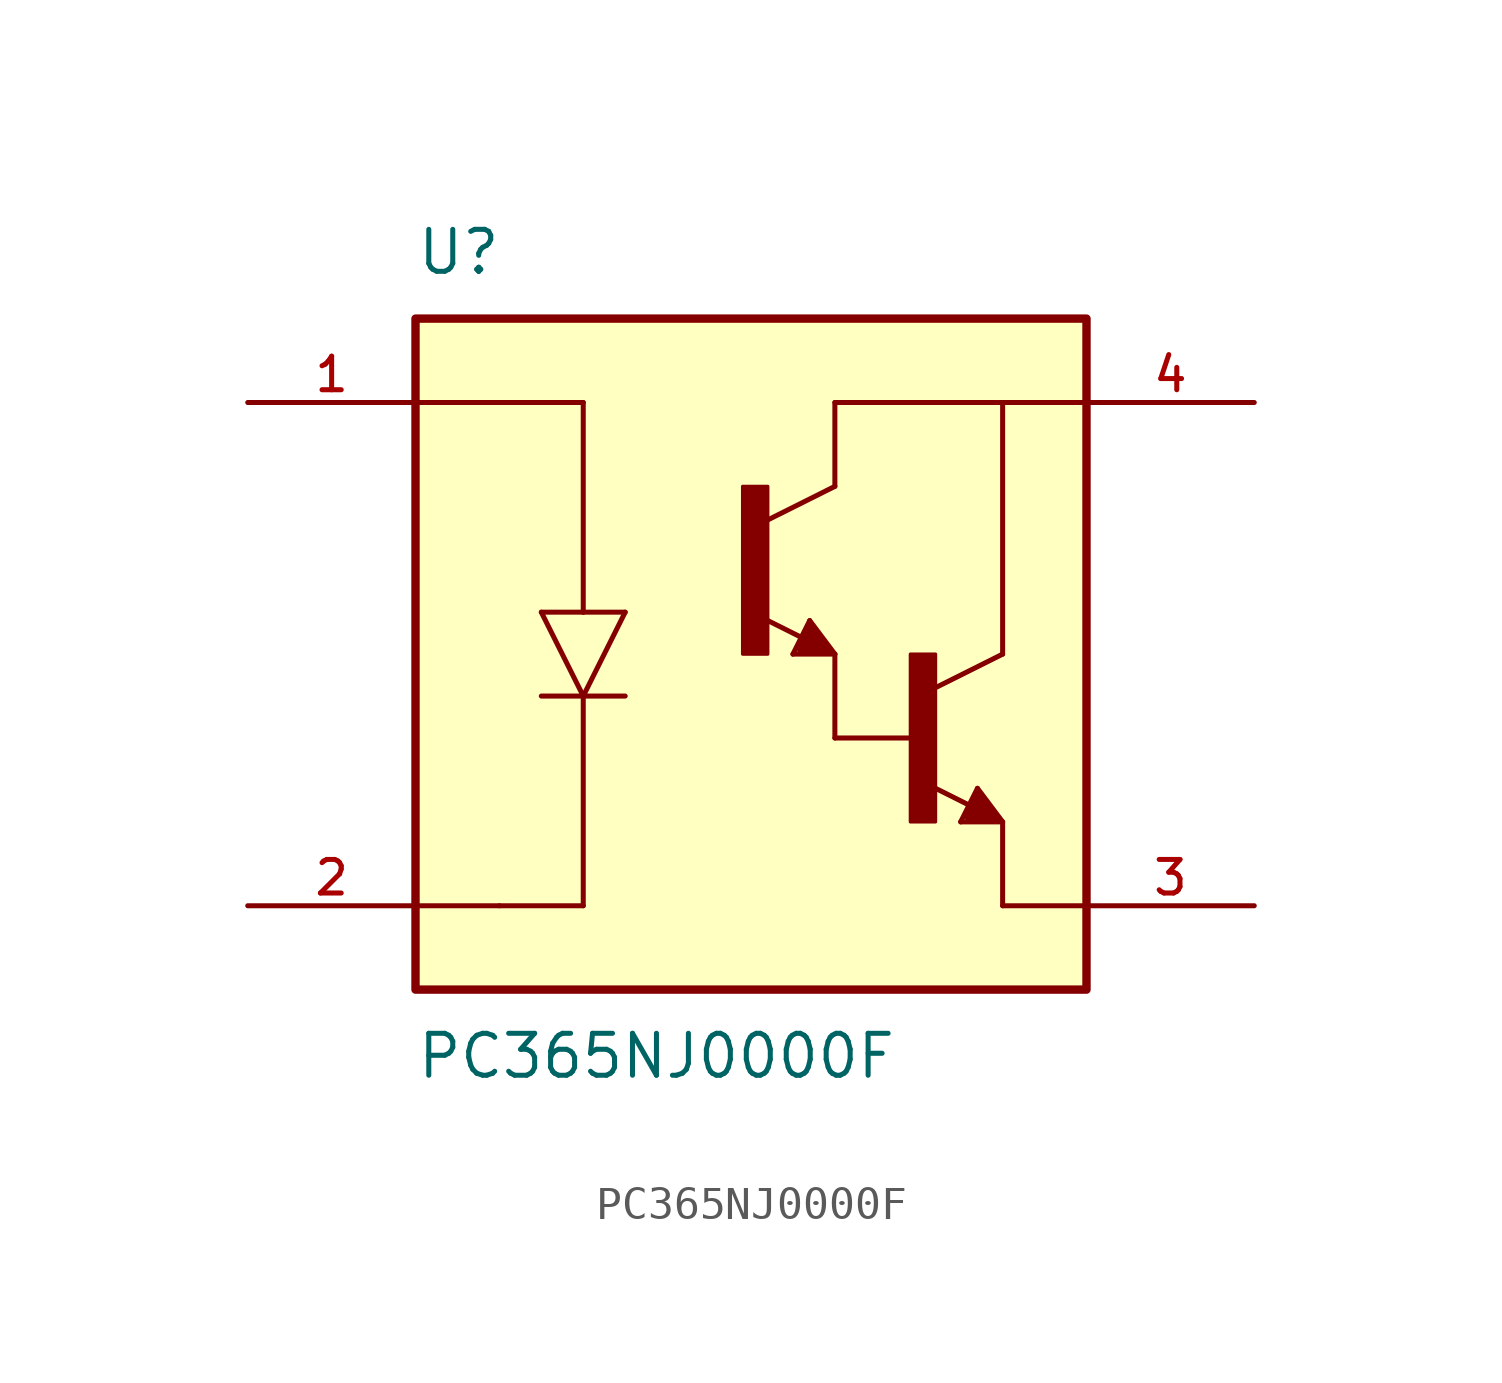
<source format=kicad_sym>
(kicad_symbol_lib
  (version 20211014)
  (generator kicad_symbol_editor)
  (symbol "PC365NJ0000F"
    (pin_names
      (offset 1.016))
    (property "Reference" "U"
      (at -10.16 11.43 0)
      (effects (font (size 1.27 1.27)) (justify bottom left)))
    (property "Value" "PC365NJ0000F"
      (at -10.16 -11.43 0)
      (effects (font (size 1.27 1.27)) (justify top left)))
    (symbol "PC365NJ0000F_0_0"
      (polyline (pts (xy -6.35 1.27) (xy -5.08 -1.27)) (stroke (width 0.152)))
      (polyline (pts (xy -5.08 -1.27) (xy -3.81 1.27)) (stroke (width 0.152)))
      (polyline (pts (xy -3.81 -1.27) (xy -5.08 -1.27)) (stroke (width 0.152)))
      (polyline (pts (xy -3.81 1.27) (xy -5.08 1.27)) (stroke (width 0.152)))
      (polyline (pts (xy -5.08 1.27) (xy -6.35 1.27)) (stroke (width 0.152)))
      (polyline (pts (xy -5.08 -1.27) (xy -6.35 -1.27)) (stroke (width 0.152)))
      (polyline (pts (xy 2.54 5.08) (xy 0.508 4.064)) (stroke (width 0.152)))
      (polyline (pts (xy 1.778 1.016) (xy 2.54 0.0)) (stroke (width 0.152)))
      (polyline (pts (xy 2.54 0.0) (xy 1.27 0.0)) (stroke (width 0.152)))
      (polyline (pts (xy 1.27 0.0) (xy 1.778 1.016)) (stroke (width 0.152)))
      (polyline (pts (xy 1.54 0.5) (xy 0.308 1.116)) (stroke (width 0.152)))
      (polyline (pts (xy 1.524 0.127) (xy 2.286 0.127)) (stroke (width 0.254)))
      (polyline (pts (xy 2.286 0.127) (xy 1.778 0.762)) (stroke (width 0.254)))
      (polyline (pts (xy 1.778 0.762) (xy 1.524 0.254)) (stroke (width 0.254)))
      (polyline (pts (xy 1.524 0.254) (xy 1.905 0.254)) (stroke (width 0.254)))
      (polyline (pts (xy 1.905 0.254) (xy 1.778 0.508)) (stroke (width 0.254)))
      (rectangle (start -0.254 0.0) (end 0.508 5.08) (stroke (width 0.1)) (fill (type outline)))
      (polyline (pts (xy 7.62 0.0) (xy 5.588 -1.016)) (stroke (width 0.152)))
      (polyline (pts (xy 6.858 -4.064) (xy 7.62 -5.08)) (stroke (width 0.152)))
      (polyline (pts (xy 7.62 -5.08) (xy 6.35 -5.08)) (stroke (width 0.152)))
      (polyline (pts (xy 6.35 -5.08) (xy 6.858 -4.064)) (stroke (width 0.152)))
      (polyline (pts (xy 6.62 -4.58) (xy 5.388 -3.964)) (stroke (width 0.152)))
      (polyline (pts (xy 6.604 -4.953) (xy 7.366 -4.953)) (stroke (width 0.254)))
      (polyline (pts (xy 7.366 -4.953) (xy 6.858 -4.318)) (stroke (width 0.254)))
      (polyline (pts (xy 6.858 -4.318) (xy 6.604 -4.826)) (stroke (width 0.254)))
      (polyline (pts (xy 6.604 -4.826) (xy 6.985 -4.826)) (stroke (width 0.254)))
      (polyline (pts (xy 6.985 -4.826) (xy 6.858 -4.572)) (stroke (width 0.254)))
      (rectangle (start 4.826 -5.08) (end 5.588 0.0) (stroke (width 0.1)) (fill (type outline)))
      (polyline (pts (xy 2.54 0.0) (xy 2.54 -2.54)) (stroke (width 0.152)))
      (polyline (pts (xy 2.54 -2.54) (xy 5.08 -2.54)) (stroke (width 0.152)))
      (polyline (pts (xy 2.54 5.08) (xy 2.54 7.62)) (stroke (width 0.152)))
      (polyline (pts (xy 2.54 7.62) (xy 7.62 7.62)) (stroke (width 0.152)))
      (polyline (pts (xy 7.62 7.62) (xy 10.16 7.62)) (stroke (width 0.152)))
      (polyline (pts (xy 7.62 0.0) (xy 7.62 7.62)) (stroke (width 0.152)))
      (polyline (pts (xy -5.08 1.27) (xy -5.08 7.62)) (stroke (width 0.152)))
      (polyline (pts (xy -5.08 7.62) (xy -7.62 7.62)) (stroke (width 0.152)))
      (polyline (pts (xy -5.08 -1.27) (xy -5.08 -7.62)) (stroke (width 0.152)))
      (polyline (pts (xy -5.08 -7.62) (xy -7.62 -7.62)) (stroke (width 0.152)))
      (polyline (pts (xy 7.62 -5.08) (xy 7.62 -7.62)) (stroke (width 0.152)))
      (polyline (pts (xy 7.62 -7.62) (xy 10.16 -7.62)) (stroke (width 0.152)))
      (polyline (pts (xy -7.62 7.62) (xy -10.16 7.62)) (stroke (width 0.152)))
      (polyline (pts (xy -7.62 -7.62) (xy -10.16 -7.62)) (stroke (width 0.152)))
      (rectangle (start -10.16 -10.16) (end 10.16 10.16) (stroke (width 0.254)) (fill (type background)))
      (pin passive line (at -15.24 7.62 0) (length 5.08) (name "~" (effects (font (size 1.016 1.016)))) (number "1" (effects (font (size 1.016 1.016)))))
      (pin passive line (at -15.24 -7.62 0) (length 5.08) (name "~" (effects (font (size 1.016 1.016)))) (number "2" (effects (font (size 1.016 1.016)))))
      (pin passive line (at 15.24 7.62 180.0) (length 5.08) (name "~" (effects (font (size 1.016 1.016)))) (number "4" (effects (font (size 1.016 1.016)))))
      (pin passive line (at 15.24 -7.62 180.0) (length 5.08) (name "~" (effects (font (size 1.016 1.016)))) (number "3" (effects (font (size 1.016 1.016))))))))
</source>
